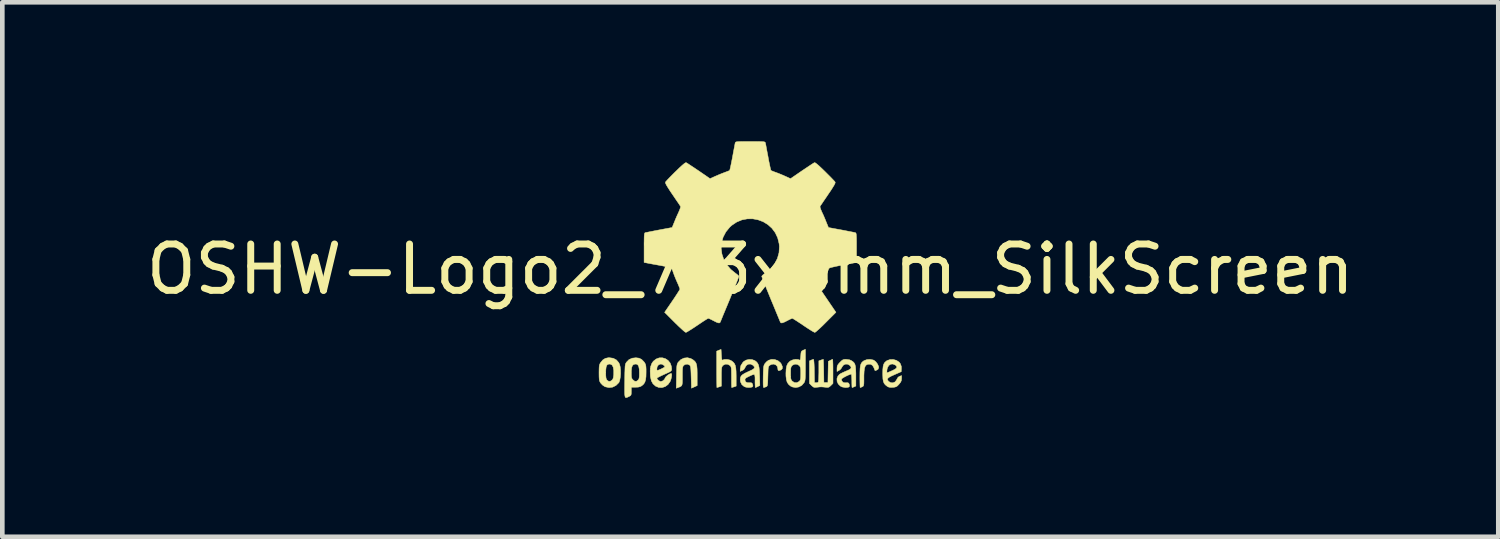
<source format=kicad_pcb>
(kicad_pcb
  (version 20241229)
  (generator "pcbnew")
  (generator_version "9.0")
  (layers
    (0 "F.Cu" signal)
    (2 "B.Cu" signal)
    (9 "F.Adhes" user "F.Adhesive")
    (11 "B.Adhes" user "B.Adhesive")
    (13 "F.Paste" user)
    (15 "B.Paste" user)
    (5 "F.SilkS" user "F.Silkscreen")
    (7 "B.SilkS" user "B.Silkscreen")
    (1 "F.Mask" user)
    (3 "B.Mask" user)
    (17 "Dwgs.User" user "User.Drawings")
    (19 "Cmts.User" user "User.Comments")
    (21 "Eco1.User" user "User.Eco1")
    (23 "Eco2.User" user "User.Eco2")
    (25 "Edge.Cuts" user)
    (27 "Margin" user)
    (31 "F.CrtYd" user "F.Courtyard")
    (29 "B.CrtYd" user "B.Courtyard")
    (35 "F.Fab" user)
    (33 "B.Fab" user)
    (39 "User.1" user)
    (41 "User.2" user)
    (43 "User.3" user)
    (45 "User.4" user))
  (footprint "OSHW-Logo2_7.3x6mm_SilkScreen"
    (layer "F.Cu")
    (at 13.149 2.763)
    (property "Reference" "OSHW-Logo2_7.3x6mm_SilkScreen" (at 0 0 0) (layer "F.SilkS") (effects (font (size 1 1) (thickness 0.15))))
    (attr board_only exclude_from_pos_files exclude_from_bom)
    (fp_poly (pts (xy 2.653 1.959) (xy 2.67 1.966) (xy 2.711 1.999) (xy 2.747 2.047) (xy 2.769 2.097) (xy 2.772 2.122) (xy 2.76 2.157) (xy 2.734 2.175) (xy 2.706 2.187) (xy 2.693 2.189) (xy 2.687 2.174) (xy 2.674 2.141) (xy 2.669 2.127) (xy 2.639 2.076) (xy 2.595 2.05) (xy 2.538 2.051) (xy 2.534 2.052) (xy 2.504 2.067) (xy 2.481 2.094) (xy 2.466 2.139) (xy 2.457 2.205) (xy 2.453 2.294) (xy 2.453 2.341) (xy 2.453 2.416) (xy 2.452 2.467) (xy 2.448 2.499) (xy 2.442 2.518) (xy 2.432 2.529) (xy 2.417 2.537) (xy 2.416 2.538) (xy 2.387 2.55) (xy 2.372 2.555) (xy 2.37 2.541) (xy 2.368 2.503) (xy 2.367 2.446) (xy 2.366 2.374) (xy 2.366 2.322) (xy 2.367 2.22) (xy 2.37 2.143) (xy 2.377 2.086) (xy 2.389 2.045) (xy 2.407 2.014) (xy 2.432 1.99) (xy 2.457 1.973) (xy 2.517 1.951) (xy 2.587 1.946) (xy 2.653 1.959)) (stroke (width 0.01) (type solid)) (fill yes) (layer "F.SilkS"))
    (fp_poly (pts (xy -1.284 1.928) (xy -1.237 1.955) (xy -1.205 1.981) (xy -1.181 2.009) (xy -1.165 2.044) (xy -1.155 2.089) (xy -1.149 2.151) (xy -1.147 2.234) (xy -1.147 2.293) (xy -1.147 2.512) (xy -1.208 2.54) (xy -1.27 2.568) (xy -1.277 2.328) (xy -1.28 2.238) (xy -1.283 2.173) (xy -1.287 2.128) (xy -1.293 2.099) (xy -1.3 2.081) (xy -1.31 2.07) (xy -1.313 2.067) (xy -1.36 2.048) (xy -1.408 2.056) (xy -1.437 2.076) (xy -1.449 2.09) (xy -1.457 2.108) (xy -1.462 2.136) (xy -1.465 2.179) (xy -1.466 2.242) (xy -1.466 2.307) (xy -1.466 2.389) (xy -1.467 2.447) (xy -1.472 2.486) (xy -1.482 2.512) (xy -1.499 2.528) (xy -1.525 2.541) (xy -1.56 2.554) (xy -1.598 2.569) (xy -1.594 2.311) (xy -1.592 2.219) (xy -1.59 2.15) (xy -1.587 2.101) (xy -1.582 2.066) (xy -1.575 2.042) (xy -1.566 2.022) (xy -1.554 2.005) (xy -1.499 1.95) (xy -1.431 1.918) (xy -1.357 1.91) (xy -1.284 1.928)) (stroke (width 0.01) (type solid)) (fill yes) (layer "F.SilkS"))
    (fp_poly (pts (xy 0.53 1.95) (xy 0.596 1.974) (xy 0.649 2.017) (xy 0.67 2.047) (xy 0.693 2.103) (xy 0.692 2.143) (xy 0.669 2.17) (xy 0.66 2.175) (xy 0.622 2.189) (xy 0.602 2.185) (xy 0.595 2.161) (xy 0.595 2.148) (xy 0.583 2.099) (xy 0.551 2.065) (xy 0.508 2.048) (xy 0.459 2.053) (xy 0.419 2.074) (xy 0.405 2.087) (xy 0.396 2.101) (xy 0.389 2.124) (xy 0.385 2.159) (xy 0.383 2.212) (xy 0.381 2.288) (xy 0.38 2.312) (xy 0.378 2.394) (xy 0.376 2.451) (xy 0.372 2.49) (xy 0.367 2.513) (xy 0.359 2.526) (xy 0.347 2.535) (xy 0.339 2.538) (xy 0.307 2.55) (xy 0.288 2.555) (xy 0.282 2.541) (xy 0.278 2.5) (xy 0.277 2.431) (xy 0.278 2.334) (xy 0.278 2.319) (xy 0.28 2.23) (xy 0.283 2.165) (xy 0.286 2.119) (xy 0.292 2.087) (xy 0.3 2.064) (xy 0.311 2.044) (xy 0.317 2.035) (xy 0.35 1.998) (xy 0.388 1.969) (xy 0.392 1.966) (xy 0.459 1.946) (xy 0.53 1.95)) (stroke (width 0.01) (type solid)) (fill yes) (layer "F.SilkS"))
    (fp_poly (pts (xy -0.624 1.851) (xy -0.62 1.911) (xy -0.615 1.946) (xy -0.608 1.961) (xy -0.598 1.961) (xy -0.595 1.959) (xy -0.552 1.946) (xy -0.497 1.947) (xy -0.44 1.96) (xy -0.405 1.978) (xy -0.369 2.006) (xy -0.342 2.038) (xy -0.324 2.078) (xy -0.313 2.132) (xy -0.307 2.204) (xy -0.305 2.299) (xy -0.305 2.317) (xy -0.305 2.523) (xy -0.351 2.539) (xy -0.383 2.549) (xy -0.401 2.554) (xy -0.401 2.555) (xy -0.403 2.541) (xy -0.405 2.503) (xy -0.406 2.446) (xy -0.406 2.375) (xy -0.406 2.332) (xy -0.407 2.247) (xy -0.408 2.186) (xy -0.41 2.144) (xy -0.415 2.117) (xy -0.422 2.098) (xy -0.433 2.085) (xy -0.44 2.078) (xy -0.487 2.051) (xy -0.538 2.049) (xy -0.584 2.072) (xy -0.593 2.08) (xy -0.605 2.095) (xy -0.614 2.114) (xy -0.619 2.14) (xy -0.622 2.18) (xy -0.624 2.238) (xy -0.624 2.318) (xy -0.624 2.523) (xy -0.67 2.539) (xy -0.702 2.549) (xy -0.72 2.554) (xy -0.721 2.555) (xy -0.722 2.541) (xy -0.723 2.501) (xy -0.724 2.441) (xy -0.725 2.362) (xy -0.726 2.269) (xy -0.726 2.167) (xy -0.726 1.769) (xy -0.679 1.749) (xy -0.631 1.73) (xy -0.624 1.851)) (stroke (width 0.01) (type solid)) (fill yes) (layer "F.SilkS"))
    (fp_poly (pts (xy 1.78 1.959) (xy 1.782 1.997) (xy 1.784 2.055) (xy 1.785 2.128) (xy 1.785 2.205) (xy 1.785 2.465) (xy 1.739 2.511) (xy 1.708 2.539) (xy 1.68 2.551) (xy 1.642 2.55) (xy 1.627 2.548) (xy 1.58 2.543) (xy 1.541 2.54) (xy 1.531 2.54) (xy 1.499 2.541) (xy 1.453 2.546) (xy 1.436 2.548) (xy 1.392 2.552) (xy 1.363 2.544) (xy 1.334 2.521) (xy 1.323 2.511) (xy 1.277 2.465) (xy 1.277 1.979) (xy 1.314 1.962) (xy 1.346 1.949) (xy 1.365 1.945) (xy 1.369 1.959) (xy 1.374 1.997) (xy 1.378 2.056) (xy 1.381 2.132) (xy 1.382 2.195) (xy 1.386 2.446) (xy 1.421 2.451) (xy 1.452 2.447) (xy 1.468 2.436) (xy 1.472 2.415) (xy 1.476 2.371) (xy 1.478 2.309) (xy 1.48 2.235) (xy 1.48 2.197) (xy 1.48 1.977) (xy 1.526 1.961) (xy 1.559 1.95) (xy 1.576 1.945) (xy 1.577 1.945) (xy 1.578 1.959) (xy 1.58 1.997) (xy 1.582 2.054) (xy 1.584 2.127) (xy 1.585 2.195) (xy 1.589 2.446) (xy 1.676 2.446) (xy 1.68 2.217) (xy 1.684 1.989) (xy 1.727 1.967) (xy 1.758 1.952) (xy 1.777 1.945) (xy 1.777 1.945) (xy 1.78 1.959)) (stroke (width 0.01) (type solid)) (fill yes) (layer "F.SilkS"))
    (fp_poly (pts (xy -2.959 1.922) (xy -2.891 1.958) (xy -2.841 2.015) (xy -2.823 2.052) (xy -2.809 2.108) (xy -2.802 2.178) (xy -2.801 2.255) (xy -2.807 2.33) (xy -2.818 2.394) (xy -2.834 2.441) (xy -2.839 2.449) (xy -2.9 2.509) (xy -2.971 2.545) (xy -3.049 2.555) (xy -3.127 2.539) (xy -3.149 2.529) (xy -3.192 2.499) (xy -3.229 2.459) (xy -3.233 2.454) (xy -3.247 2.43) (xy -3.257 2.404) (xy -3.262 2.37) (xy -3.265 2.321) (xy -3.266 2.251) (xy -3.266 2.235) (xy -3.266 2.23) (xy -3.121 2.23) (xy -3.12 2.296) (xy -3.116 2.34) (xy -3.109 2.369) (xy -3.098 2.388) (xy -3.092 2.395) (xy -3.057 2.42) (xy -3.023 2.419) (xy -2.989 2.397) (xy -2.969 2.374) (xy -2.957 2.34) (xy -2.95 2.288) (xy -2.949 2.281) (xy -2.948 2.186) (xy -2.96 2.114) (xy -2.985 2.068) (xy -3.023 2.048) (xy -3.037 2.047) (xy -3.073 2.052) (xy -3.097 2.072) (xy -3.112 2.109) (xy -3.119 2.168) (xy -3.121 2.23) (xy -3.266 2.23) (xy -3.265 2.16) (xy -3.263 2.108) (xy -3.258 2.072) (xy -3.249 2.045) (xy -3.236 2.022) (xy -3.233 2.017) (xy -3.184 1.958) (xy -3.13 1.924) (xy -3.064 1.91) (xy -3.042 1.91) (xy -2.959 1.922)) (stroke (width 0.01) (type solid)) (fill yes) (layer "F.SilkS"))
    (fp_poly (pts (xy 3.154 1.967) (xy 3.211 2.004) (xy 3.239 2.038) (xy 3.261 2.099) (xy 3.262 2.147) (xy 3.258 2.212) (xy 3.11 2.277) (xy 3.037 2.31) (xy 2.99 2.337) (xy 2.966 2.36) (xy 2.961 2.383) (xy 2.975 2.407) (xy 2.99 2.424) (xy 3.034 2.45) (xy 3.081 2.452) (xy 3.125 2.432) (xy 3.157 2.391) (xy 3.163 2.376) (xy 3.191 2.331) (xy 3.222 2.312) (xy 3.266 2.296) (xy 3.266 2.358) (xy 3.262 2.4) (xy 3.247 2.436) (xy 3.215 2.477) (xy 3.211 2.482) (xy 3.176 2.519) (xy 3.145 2.538) (xy 3.108 2.547) (xy 3.076 2.55) (xy 3.02 2.551) (xy 2.981 2.542) (xy 2.956 2.528) (xy 2.917 2.497) (xy 2.89 2.465) (xy 2.873 2.423) (xy 2.863 2.368) (xy 2.86 2.291) (xy 2.859 2.253) (xy 2.86 2.206) (xy 2.948 2.206) (xy 2.949 2.231) (xy 2.952 2.235) (xy 2.968 2.23) (xy 3.004 2.215) (xy 3.052 2.194) (xy 3.062 2.19) (xy 3.123 2.159) (xy 3.157 2.132) (xy 3.164 2.106) (xy 3.146 2.08) (xy 3.132 2.069) (xy 3.079 2.046) (xy 3.03 2.05) (xy 2.989 2.078) (xy 2.961 2.127) (xy 2.952 2.166) (xy 2.948 2.206) (xy 2.86 2.206) (xy 2.861 2.162) (xy 2.868 2.095) (xy 2.882 2.047) (xy 2.904 2.011) (xy 2.937 1.983) (xy 2.951 1.973) (xy 3.015 1.95) (xy 3.085 1.948) (xy 3.154 1.967)) (stroke (width 0.01) (type solid)) (fill yes) (layer "F.SilkS"))
    (fp_poly (pts (xy 1.19 2.065) (xy 1.19 2.174) (xy 1.189 2.257) (xy 1.188 2.32) (xy 1.185 2.365) (xy 1.181 2.397) (xy 1.175 2.421) (xy 1.167 2.439) (xy 1.161 2.449) (xy 1.112 2.506) (xy 1.049 2.541) (xy 0.98 2.554) (xy 0.911 2.542) (xy 0.869 2.522) (xy 0.826 2.485) (xy 0.796 2.441) (xy 0.779 2.383) (xy 0.77 2.306) (xy 0.769 2.25) (xy 0.769 2.246) (xy 0.871 2.246) (xy 0.871 2.311) (xy 0.874 2.354) (xy 0.881 2.382) (xy 0.893 2.402) (xy 0.906 2.417) (xy 0.953 2.447) (xy 1.004 2.449) (xy 1.051 2.425) (xy 1.055 2.421) (xy 1.071 2.404) (xy 1.081 2.383) (xy 1.086 2.352) (xy 1.088 2.305) (xy 1.089 2.252) (xy 1.088 2.185) (xy 1.085 2.141) (xy 1.078 2.112) (xy 1.066 2.091) (xy 1.057 2.08) (xy 1.013 2.052) (xy 0.962 2.049) (xy 0.914 2.07) (xy 0.904 2.078) (xy 0.889 2.096) (xy 0.879 2.117) (xy 0.873 2.148) (xy 0.871 2.196) (xy 0.871 2.246) (xy 0.769 2.246) (xy 0.773 2.159) (xy 0.785 2.09) (xy 0.807 2.039) (xy 0.842 1.998) (xy 0.869 1.978) (xy 0.919 1.956) (xy 0.976 1.945) (xy 1.03 1.948) (xy 1.06 1.959) (xy 1.071 1.962) (xy 1.079 1.951) (xy 1.084 1.919) (xy 1.089 1.871) (xy 1.093 1.817) (xy 1.099 1.784) (xy 1.111 1.766) (xy 1.131 1.754) (xy 1.143 1.748) (xy 1.19 1.729) (xy 1.19 2.065)) (stroke (width 0.01) (type solid)) (fill yes) (layer "F.SilkS"))
    (fp_poly (pts (xy -1.832 1.931) (xy -1.774 1.97) (xy -1.73 2.025) (xy -1.704 2.096) (xy -1.698 2.148) (xy -1.699 2.17) (xy -1.704 2.187) (xy -1.718 2.201) (xy -1.745 2.218) (xy -1.79 2.239) (xy -1.857 2.269) (xy -1.858 2.27) (xy -1.92 2.298) (xy -1.97 2.323) (xy -2.005 2.342) (xy -2.017 2.353) (xy -2.017 2.353) (xy -2.006 2.376) (xy -1.98 2.402) (xy -1.949 2.42) (xy -1.934 2.424) (xy -1.891 2.411) (xy -1.855 2.379) (xy -1.837 2.345) (xy -1.82 2.319) (xy -1.787 2.29) (xy -1.748 2.264) (xy -1.713 2.25) (xy -1.706 2.25) (xy -1.698 2.262) (xy -1.697 2.294) (xy -1.703 2.337) (xy -1.715 2.383) (xy -1.73 2.423) (xy -1.731 2.424) (xy -1.777 2.489) (xy -1.837 2.533) (xy -1.906 2.555) (xy -1.976 2.552) (xy -2.044 2.524) (xy -2.047 2.522) (xy -2.101 2.473) (xy -2.136 2.41) (xy -2.155 2.327) (xy -2.158 2.304) (xy -2.162 2.194) (xy -2.157 2.143) (xy -2.017 2.143) (xy -2.016 2.175) (xy -2.006 2.184) (xy -1.981 2.177) (xy -1.942 2.161) (xy -1.899 2.14) (xy -1.898 2.139) (xy -1.861 2.12) (xy -1.846 2.107) (xy -1.85 2.093) (xy -1.865 2.076) (xy -1.904 2.05) (xy -1.946 2.048) (xy -1.984 2.067) (xy -2.01 2.103) (xy -2.017 2.143) (xy -2.157 2.143) (xy -2.153 2.106) (xy -2.128 2.036) (xy -2.095 1.987) (xy -2.033 1.938) (xy -1.966 1.913) (xy -1.897 1.912) (xy -1.832 1.931)) (stroke (width 0.01) (type solid)) (fill yes) (layer "F.SilkS"))
    (fp_poly (pts (xy 0.04 1.951) (xy 0.097 1.972) (xy 0.097 1.972) (xy 0.132 1.998) (xy 0.158 2.029) (xy 0.177 2.068) (xy 0.189 2.121) (xy 0.196 2.194) (xy 0.2 2.289) (xy 0.201 2.303) (xy 0.206 2.509) (xy 0.162 2.532) (xy 0.13 2.547) (xy 0.11 2.554) (xy 0.11 2.555) (xy 0.106 2.541) (xy 0.104 2.505) (xy 0.102 2.451) (xy 0.102 2.408) (xy 0.102 2.339) (xy 0.098 2.295) (xy 0.087 2.274) (xy 0.064 2.273) (xy 0.022 2.289) (xy -0.04 2.318) (xy -0.086 2.342) (xy -0.109 2.363) (xy -0.116 2.386) (xy -0.116 2.387) (xy -0.105 2.426) (xy -0.071 2.447) (xy -0.019 2.451) (xy 0.018 2.45) (xy 0.038 2.461) (xy 0.05 2.487) (xy 0.057 2.519) (xy 0.047 2.538) (xy 0.043 2.541) (xy 0.007 2.551) (xy -0.043 2.553) (xy -0.095 2.546) (xy -0.132 2.533) (xy -0.183 2.49) (xy -0.212 2.429) (xy -0.218 2.382) (xy -0.213 2.34) (xy -0.198 2.305) (xy -0.166 2.275) (xy -0.115 2.244) (xy -0.041 2.209) (xy -0.036 2.207) (xy 0.031 2.176) (xy 0.072 2.151) (xy 0.09 2.128) (xy 0.086 2.105) (xy 0.063 2.078) (xy 0.056 2.072) (xy 0.009 2.048) (xy -0.04 2.049) (xy -0.082 2.072) (xy -0.111 2.116) (xy -0.113 2.124) (xy -0.139 2.165) (xy -0.171 2.185) (xy -0.218 2.205) (xy -0.218 2.154) (xy -0.204 2.08) (xy -0.161 2.012) (xy -0.139 1.99) (xy -0.089 1.961) (xy -0.026 1.947) (xy 0.04 1.951)) (stroke (width 0.01) (type solid)) (fill yes) (layer "F.SilkS"))
    (fp_poly (pts (xy -2.4 1.92) (xy -2.345 1.948) (xy -2.296 1.998) (xy -2.282 2.017) (xy -2.268 2.042) (xy -2.258 2.069) (xy -2.253 2.105) (xy -2.25 2.156) (xy -2.25 2.224) (xy -2.252 2.318) (xy -2.261 2.388) (xy -2.277 2.44) (xy -2.303 2.48) (xy -2.34 2.513) (xy -2.342 2.515) (xy -2.379 2.535) (xy -2.422 2.545) (xy -2.478 2.547) (xy -2.569 2.547) (xy -2.569 2.635) (xy -2.57 2.684) (xy -2.575 2.713) (xy -2.588 2.73) (xy -2.614 2.745) (xy -2.62 2.748) (xy -2.649 2.762) (xy -2.672 2.77) (xy -2.688 2.771) (xy -2.7 2.761) (xy -2.707 2.737) (xy -2.712 2.696) (xy -2.713 2.636) (xy -2.713 2.553) (xy -2.712 2.445) (xy -2.711 2.413) (xy -2.71 2.302) (xy -2.709 2.229) (xy -2.569 2.229) (xy -2.568 2.29) (xy -2.565 2.331) (xy -2.557 2.358) (xy -2.543 2.378) (xy -2.533 2.388) (xy -2.495 2.418) (xy -2.46 2.42) (xy -2.425 2.396) (xy -2.424 2.395) (xy -2.409 2.376) (xy -2.401 2.351) (xy -2.396 2.312) (xy -2.395 2.252) (xy -2.395 2.238) (xy -2.398 2.156) (xy -2.409 2.099) (xy -2.429 2.064) (xy -2.458 2.048) (xy -2.476 2.047) (xy -2.516 2.054) (xy -2.544 2.078) (xy -2.561 2.123) (xy -2.568 2.191) (xy -2.569 2.229) (xy -2.709 2.229) (xy -2.708 2.215) (xy -2.706 2.15) (xy -2.704 2.103) (xy -2.7 2.069) (xy -2.694 2.045) (xy -2.687 2.028) (xy -2.677 2.012) (xy -2.673 2.006) (xy -2.619 1.951) (xy -2.55 1.92) (xy -2.47 1.911) (xy -2.4 1.92)) (stroke (width 0.01) (type solid)) (fill yes) (layer "F.SilkS"))
    (fp_poly (pts (xy 2.145 1.956) (xy 2.187 1.975) (xy 2.219 1.998) (xy 2.244 2.024) (xy 2.26 2.057) (xy 2.271 2.103) (xy 2.276 2.165) (xy 2.279 2.249) (xy 2.279 2.305) (xy 2.279 2.521) (xy 2.242 2.538) (xy 2.213 2.55) (xy 2.198 2.555) (xy 2.195 2.541) (xy 2.193 2.505) (xy 2.192 2.452) (xy 2.192 2.409) (xy 2.19 2.348) (xy 2.187 2.3) (xy 2.182 2.271) (xy 2.178 2.264) (xy 2.153 2.271) (xy 2.112 2.287) (xy 2.066 2.309) (xy 2.021 2.333) (xy 1.986 2.355) (xy 1.97 2.37) (xy 1.97 2.37) (xy 1.971 2.397) (xy 1.984 2.423) (xy 2.006 2.444) (xy 2.038 2.451) (xy 2.065 2.451) (xy 2.104 2.45) (xy 2.124 2.459) (xy 2.136 2.483) (xy 2.138 2.488) (xy 2.143 2.522) (xy 2.129 2.543) (xy 2.092 2.552) (xy 2.052 2.554) (xy 1.981 2.541) (xy 1.943 2.521) (xy 1.898 2.476) (xy 1.873 2.42) (xy 1.871 2.361) (xy 1.892 2.306) (xy 1.923 2.271) (xy 1.953 2.252) (xy 2.002 2.228) (xy 2.058 2.203) (xy 2.068 2.199) (xy 2.13 2.172) (xy 2.166 2.148) (xy 2.177 2.124) (xy 2.167 2.097) (xy 2.148 2.076) (xy 2.104 2.05) (xy 2.056 2.048) (xy 2.012 2.068) (xy 1.981 2.108) (xy 1.977 2.118) (xy 1.952 2.156) (xy 1.917 2.184) (xy 1.872 2.207) (xy 1.872 2.141) (xy 1.875 2.102) (xy 1.886 2.07) (xy 1.911 2.036) (xy 1.935 2.01) (xy 1.972 1.974) (xy 2.001 1.954) (xy 2.033 1.946) (xy 2.068 1.945) (xy 2.145 1.956)) (stroke (width 0.01) (type solid)) (fill yes) (layer "F.SilkS"))
    (fp_poly (pts (xy 0.104 -2.758) (xy 0.182 -2.757) (xy 0.239 -2.756) (xy 0.278 -2.754) (xy 0.303 -2.75) (xy 0.316 -2.744) (xy 0.323 -2.737) (xy 0.326 -2.726) (xy 0.327 -2.725) (xy 0.332 -2.701) (xy 0.341 -2.653) (xy 0.353 -2.587) (xy 0.368 -2.508) (xy 0.385 -2.42) (xy 0.385 -2.417) (xy 0.401 -2.331) (xy 0.417 -2.255) (xy 0.43 -2.194) (xy 0.44 -2.152) (xy 0.446 -2.133) (xy 0.447 -2.133) (xy 0.465 -2.124) (xy 0.502 -2.109) (xy 0.551 -2.091) (xy 0.552 -2.091) (xy 0.613 -2.068) (xy 0.686 -2.038) (xy 0.754 -2.008) (xy 0.757 -2.007) (xy 0.869 -1.956) (xy 1.115 -2.125) (xy 1.191 -2.176) (xy 1.26 -2.222) (xy 1.317 -2.26) (xy 1.359 -2.287) (xy 1.383 -2.301) (xy 1.385 -2.302) (xy 1.402 -2.298) (xy 1.434 -2.275) (xy 1.481 -2.235) (xy 1.546 -2.174) (xy 1.612 -2.11) (xy 1.676 -2.046) (xy 1.733 -1.989) (xy 1.78 -1.94) (xy 1.814 -1.904) (xy 1.83 -1.884) (xy 1.831 -1.883) (xy 1.833 -1.869) (xy 1.826 -1.847) (xy 1.809 -1.814) (xy 1.779 -1.765) (xy 1.737 -1.699) (xy 1.679 -1.614) (xy 1.629 -1.54) (xy 1.583 -1.473) (xy 1.546 -1.417) (xy 1.519 -1.378) (xy 1.506 -1.357) (xy 1.505 -1.356) (xy 1.507 -1.336) (xy 1.519 -1.298) (xy 1.54 -1.248) (xy 1.547 -1.232) (xy 1.58 -1.162) (xy 1.614 -1.082) (xy 1.642 -1.012) (xy 1.663 -0.961) (xy 1.679 -0.922) (xy 1.688 -0.901) (xy 1.689 -0.9) (xy 1.706 -0.897) (xy 1.746 -0.89) (xy 1.804 -0.879) (xy 1.875 -0.866) (xy 1.952 -0.852) (xy 2.032 -0.837) (xy 2.107 -0.822) (xy 2.174 -0.809) (xy 2.227 -0.799) (xy 2.26 -0.792) (xy 2.268 -0.79) (xy 2.276 -0.785) (xy 2.283 -0.774) (xy 2.287 -0.754) (xy 2.29 -0.72) (xy 2.292 -0.67) (xy 2.293 -0.599) (xy 2.293 -0.504) (xy 2.293 -0.465) (xy 2.293 -0.147) (xy 2.217 -0.132) (xy 2.175 -0.124) (xy 2.111 -0.112) (xy 2.035 -0.098) (xy 1.953 -0.083) (xy 1.93 -0.079) (xy 1.855 -0.064) (xy 1.789 -0.049) (xy 1.738 -0.037) (xy 1.709 -0.027) (xy 1.704 -0.024) (xy 1.691 -0.003) (xy 1.674 0.038) (xy 1.655 0.09) (xy 1.651 0.102) (xy 1.625 0.172) (xy 1.594 0.25) (xy 1.563 0.321) (xy 1.563 0.322) (xy 1.511 0.433) (xy 1.68 0.681) (xy 1.849 0.93) (xy 1.632 1.147) (xy 1.567 1.212) (xy 1.507 1.269) (xy 1.456 1.315) (xy 1.418 1.348) (xy 1.396 1.363) (xy 1.392 1.364) (xy 1.374 1.356) (xy 1.335 1.335) (xy 1.281 1.301) (xy 1.216 1.259) (xy 1.146 1.212) (xy 1.075 1.164) (xy 1.011 1.122) (xy 0.959 1.089) (xy 0.923 1.067) (xy 0.907 1.06) (xy 0.887 1.066) (xy 0.85 1.083) (xy 0.803 1.107) (xy 0.798 1.11) (xy 0.734 1.142) (xy 0.69 1.158) (xy 0.663 1.158) (xy 0.649 1.143) (xy 0.649 1.143) (xy 0.642 1.126) (xy 0.625 1.085) (xy 0.6 1.024) (xy 0.567 0.945) (xy 0.529 0.852) (xy 0.486 0.748) (xy 0.444 0.648) (xy 0.399 0.537) (xy 0.357 0.434) (xy 0.32 0.342) (xy 0.289 0.265) (xy 0.266 0.206) (xy 0.251 0.167) (xy 0.247 0.153) (xy 0.258 0.136) (xy 0.287 0.11) (xy 0.326 0.081) (xy 0.437 -0.011) (xy 0.523 -0.116) (xy 0.585 -0.233) (xy 0.62 -0.358) (xy 0.628 -0.49) (xy 0.622 -0.552) (xy 0.591 -0.678) (xy 0.538 -0.79) (xy 0.466 -0.886) (xy 0.378 -0.965) (xy 0.278 -1.026) (xy 0.168 -1.067) (xy 0.053 -1.089) (xy -0.065 -1.088) (xy -0.181 -1.066) (xy -0.294 -1.019) (xy -0.4 -0.948) (xy -0.444 -0.908) (xy -0.528 -0.805) (xy -0.587 -0.692) (xy -0.62 -0.573) (xy -0.629 -0.451) (xy -0.613 -0.329) (xy -0.573 -0.211) (xy -0.51 -0.1) (xy -0.423 0.002) (xy -0.326 0.081) (xy -0.286 0.111) (xy -0.257 0.137) (xy -0.247 0.153) (xy -0.252 0.17) (xy -0.267 0.21) (xy -0.291 0.272) (xy -0.323 0.35) (xy -0.36 0.443) (xy -0.403 0.546) (xy -0.444 0.648) (xy -0.49 0.759) (xy -0.533 0.862) (xy -0.571 0.953) (xy -0.603 1.03) (xy -0.627 1.09) (xy -0.643 1.129) (xy -0.649 1.143) (xy -0.663 1.158) (xy -0.69 1.158) (xy -0.734 1.142) (xy -0.797 1.11) (xy -0.798 1.11) (xy -0.845 1.085) (xy -0.884 1.067) (xy -0.906 1.06) (xy -0.907 1.06) (xy -0.923 1.067) (xy -0.96 1.089) (xy -1.012 1.122) (xy -1.075 1.164) (xy -1.146 1.212) (xy -1.218 1.26) (xy -1.283 1.302) (xy -1.336 1.335) (xy -1.374 1.357) (xy -1.392 1.364) (xy -1.409 1.354) (xy -1.443 1.327) (xy -1.49 1.284) (xy -1.547 1.231) (xy -1.612 1.168) (xy -1.633 1.147) (xy -1.85 0.93) (xy -1.684 0.687) (xy -1.634 0.613) (xy -1.59 0.546) (xy -1.555 0.491) (xy -1.53 0.451) (xy -1.519 0.43) (xy -1.519 0.429) (xy -1.525 0.409) (xy -1.54 0.37) (xy -1.562 0.317) (xy -1.578 0.282) (xy -1.607 0.215) (xy -1.635 0.147) (xy -1.656 0.09) (xy -1.662 0.073) (xy -1.679 0.026) (xy -1.695 -0.01) (xy -1.704 -0.024) (xy -1.723 -0.032) (xy -1.766 -0.044) (xy -1.826 -0.058) (xy -1.898 -0.073) (xy -1.93 -0.079) (xy -2.012 -0.094) (xy -2.091 -0.108) (xy -2.159 -0.121) (xy -2.208 -0.13) (xy -2.217 -0.132) (xy -2.293 -0.147) (xy -2.293 -0.465) (xy -2.293 -0.569) (xy -2.292 -0.648) (xy -2.291 -0.705) (xy -2.288 -0.744) (xy -2.284 -0.769) (xy -2.279 -0.782) (xy -2.271 -0.789) (xy -2.268 -0.79) (xy -2.249 -0.794) (xy -2.207 -0.802) (xy -2.148 -0.814) (xy -2.077 -0.828) (xy -1.999 -0.843) (xy -1.92 -0.858) (xy -1.845 -0.872) (xy -1.779 -0.884) (xy -1.727 -0.894) (xy -1.696 -0.899) (xy -1.689 -0.9) (xy -1.683 -0.912) (xy -1.669 -0.946) (xy -1.65 -0.994) (xy -1.642 -1.012) (xy -1.613 -1.085) (xy -1.578 -1.165) (xy -1.547 -1.232) (xy -1.525 -1.284) (xy -1.51 -1.326) (xy -1.504 -1.352) (xy -1.505 -1.356) (xy -1.516 -1.372) (xy -1.54 -1.409) (xy -1.576 -1.461) (xy -1.62 -1.526) (xy -1.67 -1.6) (xy -1.68 -1.614) (xy -1.738 -1.7) (xy -1.78 -1.766) (xy -1.809 -1.814) (xy -1.826 -1.847) (xy -1.833 -1.869) (xy -1.831 -1.883) (xy -1.831 -1.883) (xy -1.816 -1.901) (xy -1.785 -1.935) (xy -1.739 -1.983) (xy -1.683 -2.04) (xy -1.62 -2.103) (xy -1.612 -2.11) (xy -1.533 -2.187) (xy -1.471 -2.244) (xy -1.427 -2.281) (xy -1.398 -2.3) (xy -1.385 -2.302) (xy -1.367 -2.292) (xy -1.328 -2.267) (xy -1.274 -2.231) (xy -1.207 -2.187) (xy -1.133 -2.137) (xy -1.115 -2.125) (xy -0.869 -1.956) (xy -0.757 -2.007) (xy -0.69 -2.036) (xy -0.617 -2.066) (xy -0.554 -2.09) (xy -0.552 -2.091) (xy -0.503 -2.109) (xy -0.465 -2.124) (xy -0.447 -2.133) (xy -0.447 -2.133) (xy -0.441 -2.149) (xy -0.431 -2.19) (xy -0.418 -2.25) (xy -0.403 -2.325) (xy -0.386 -2.41) (xy -0.385 -2.417) (xy -0.369 -2.505) (xy -0.354 -2.585) (xy -0.341 -2.651) (xy -0.332 -2.7) (xy -0.327 -2.725) (xy -0.327 -2.725) (xy -0.323 -2.736) (xy -0.317 -2.744) (xy -0.305 -2.75) (xy -0.281 -2.753) (xy -0.244 -2.756) (xy -0.19 -2.757) (xy -0.114 -2.758) (xy -0.013 -2.758) (xy 0 -2.758) (xy 0.104 -2.758)) (stroke (width 0.01) (type solid)) (fill yes) (layer "F.SilkS")))
  (gr_rect
    (start -3 -3)
    (end 29.298 8.539)
    (stroke (width 0.1) (type default))
    (fill no)
    (layer "Edge.Cuts")))
</source>
